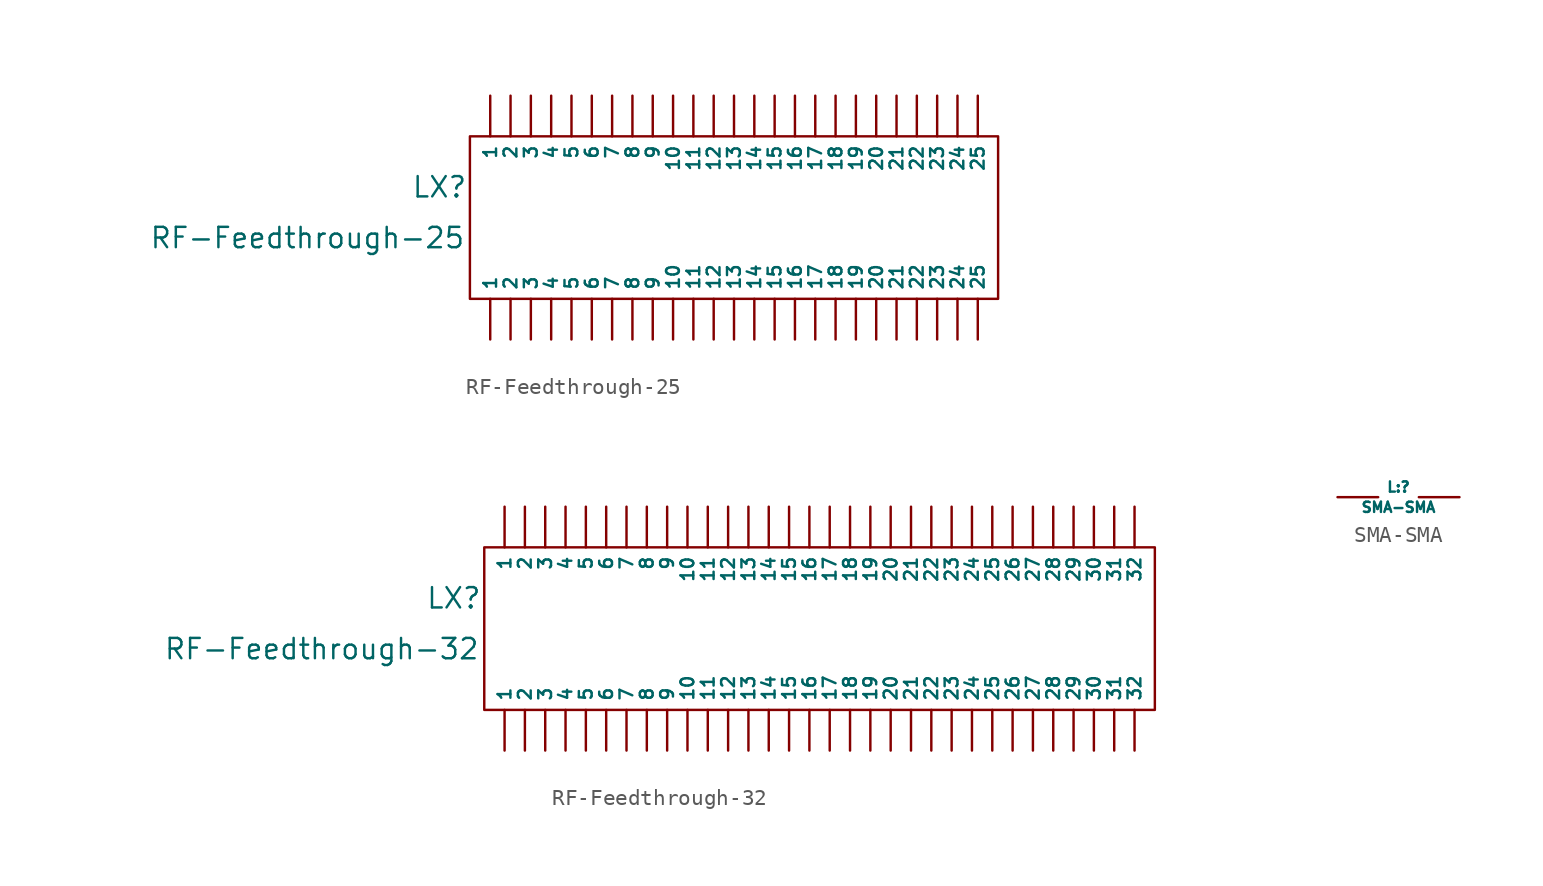
<source format=kicad_sym>
(kicad_symbol_lib
  (version 20220914)
  (generator kicad_symbol_editor)
  (symbol "RF-Feedthrough-25"
    (property "Reference" "LX"
      (at -18.415 1.905 0)
      (effects (font (size 1.27 1.27))))
    (property "Value" "RF-Feedthrough-25"
      (at -26.67 -1.27 0)
      (effects (font (size 1.27 1.27))))
    (symbol "RF-Feedthrough-25_0_1"
      (rectangle (start -16.51 5.08) (end 16.51 -5.08) (stroke (width 0) (type default)) (fill (type none))))
    (symbol "RF-Feedthrough-25_1_1"
      (pin bidirectional line (at -15.24 -7.62 90) (length 2.54) (name "1" (effects (font (size 0.8 0.8)))) (number "" (effects (font (size 1.27 1.27)))))
      (pin bidirectional line (at -15.24 7.62 270) (length 2.54) (name "1" (effects (font (size 0.8 0.8)))) (number "" (effects (font (size 1.27 1.27)))))
      (pin bidirectional line (at -3.81 -7.62 90) (length 2.54) (name "10" (effects (font (size 0.8 0.8)))) (number "" (effects (font (size 1.27 1.27)))))
      (pin bidirectional line (at -3.81 7.62 270) (length 2.54) (name "10" (effects (font (size 0.8 0.8)))) (number "" (effects (font (size 1.27 1.27)))))
      (pin bidirectional line (at -2.54 -7.62 90) (length 2.54) (name "11" (effects (font (size 0.8 0.8)))) (number "" (effects (font (size 1.27 1.27)))))
      (pin bidirectional line (at -2.54 7.62 270) (length 2.54) (name "11" (effects (font (size 0.8 0.8)))) (number "" (effects (font (size 1.27 1.27)))))
      (pin bidirectional line (at -1.27 -7.62 90) (length 2.54) (name "12" (effects (font (size 0.8 0.8)))) (number "" (effects (font (size 1.27 1.27)))))
      (pin bidirectional line (at -1.27 7.62 270) (length 2.54) (name "12" (effects (font (size 0.8 0.8)))) (number "" (effects (font (size 1.27 1.27)))))
      (pin bidirectional line (at 0 -7.62 90) (length 2.54) (name "13" (effects (font (size 0.8 0.8)))) (number "" (effects (font (size 1.27 1.27)))))
      (pin bidirectional line (at 0 7.62 270) (length 2.54) (name "13" (effects (font (size 0.8 0.8)))) (number "" (effects (font (size 1.27 1.27)))))
      (pin bidirectional line (at 1.27 -7.62 90) (length 2.54) (name "14" (effects (font (size 0.8 0.8)))) (number "" (effects (font (size 1.27 1.27)))))
      (pin bidirectional line (at 1.27 7.62 270) (length 2.54) (name "14" (effects (font (size 0.8 0.8)))) (number "" (effects (font (size 1.27 1.27)))))
      (pin bidirectional line (at 2.54 -7.62 90) (length 2.54) (name "15" (effects (font (size 0.8 0.8)))) (number "" (effects (font (size 1.27 1.27)))))
      (pin bidirectional line (at 2.54 7.62 270) (length 2.54) (name "15" (effects (font (size 0.8 0.8)))) (number "" (effects (font (size 1.27 1.27)))))
      (pin bidirectional line (at 3.81 -7.62 90) (length 2.54) (name "16" (effects (font (size 0.8 0.8)))) (number "" (effects (font (size 1.27 1.27)))))
      (pin bidirectional line (at 3.81 7.62 270) (length 2.54) (name "16" (effects (font (size 0.8 0.8)))) (number "" (effects (font (size 1.27 1.27)))))
      (pin bidirectional line (at 5.08 -7.62 90) (length 2.54) (name "17" (effects (font (size 0.8 0.8)))) (number "" (effects (font (size 1.27 1.27)))))
      (pin bidirectional line (at 5.08 7.62 270) (length 2.54) (name "17" (effects (font (size 0.8 0.8)))) (number "" (effects (font (size 1.27 1.27)))))
      (pin bidirectional line (at 6.35 -7.62 90) (length 2.54) (name "18" (effects (font (size 0.8 0.8)))) (number "" (effects (font (size 1.27 1.27)))))
      (pin bidirectional line (at 6.35 7.62 270) (length 2.54) (name "18" (effects (font (size 0.8 0.8)))) (number "" (effects (font (size 1.27 1.27)))))
      (pin bidirectional line (at 7.62 -7.62 90) (length 2.54) (name "19" (effects (font (size 0.8 0.8)))) (number "" (effects (font (size 1.27 1.27)))))
      (pin bidirectional line (at 7.62 7.62 270) (length 2.54) (name "19" (effects (font (size 0.8 0.8)))) (number "" (effects (font (size 1.27 1.27)))))
      (pin bidirectional line (at -13.97 -7.62 90) (length 2.54) (name "2" (effects (font (size 0.8 0.8)))) (number "" (effects (font (size 1.27 1.27)))))
      (pin bidirectional line (at -13.97 7.62 270) (length 2.54) (name "2" (effects (font (size 0.8 0.8)))) (number "" (effects (font (size 1.27 1.27)))))
      (pin bidirectional line (at 8.89 -7.62 90) (length 2.54) (name "20" (effects (font (size 0.8 0.8)))) (number "" (effects (font (size 1.27 1.27)))))
      (pin bidirectional line (at 8.89 7.62 270) (length 2.54) (name "20" (effects (font (size 0.8 0.8)))) (number "" (effects (font (size 1.27 1.27)))))
      (pin bidirectional line (at 10.16 -7.62 90) (length 2.54) (name "21" (effects (font (size 0.8 0.8)))) (number "" (effects (font (size 1.27 1.27)))))
      (pin bidirectional line (at 10.16 7.62 270) (length 2.54) (name "21" (effects (font (size 0.8 0.8)))) (number "" (effects (font (size 1.27 1.27)))))
      (pin bidirectional line (at 11.43 -7.62 90) (length 2.54) (name "22" (effects (font (size 0.8 0.8)))) (number "" (effects (font (size 1.27 1.27)))))
      (pin bidirectional line (at 11.43 7.62 270) (length 2.54) (name "22" (effects (font (size 0.8 0.8)))) (number "" (effects (font (size 1.27 1.27)))))
      (pin bidirectional line (at 12.7 -7.62 90) (length 2.54) (name "23" (effects (font (size 0.8 0.8)))) (number "" (effects (font (size 1.27 1.27)))))
      (pin bidirectional line (at 12.7 7.62 270) (length 2.54) (name "23" (effects (font (size 0.8 0.8)))) (number "" (effects (font (size 1.27 1.27)))))
      (pin bidirectional line (at 13.97 -7.62 90) (length 2.54) (name "24" (effects (font (size 0.8 0.8)))) (number "" (effects (font (size 1.27 1.27)))))
      (pin bidirectional line (at 13.97 7.62 270) (length 2.54) (name "24" (effects (font (size 0.8 0.8)))) (number "" (effects (font (size 1.27 1.27)))))
      (pin bidirectional line (at 15.24 -7.62 90) (length 2.54) (name "25" (effects (font (size 0.8 0.8)))) (number "" (effects (font (size 1.27 1.27)))))
      (pin bidirectional line (at 15.24 7.62 270) (length 2.54) (name "25" (effects (font (size 0.8 0.8)))) (number "" (effects (font (size 1.27 1.27)))))
      (pin bidirectional line (at -12.7 -7.62 90) (length 2.54) (name "3" (effects (font (size 0.8 0.8)))) (number "" (effects (font (size 1.27 1.27)))))
      (pin bidirectional line (at -12.7 7.62 270) (length 2.54) (name "3" (effects (font (size 0.8 0.8)))) (number "" (effects (font (size 1.27 1.27)))))
      (pin bidirectional line (at -11.43 -7.62 90) (length 2.54) (name "4" (effects (font (size 0.8 0.8)))) (number "" (effects (font (size 1.27 1.27)))))
      (pin bidirectional line (at -11.43 7.62 270) (length 2.54) (name "4" (effects (font (size 0.8 0.8)))) (number "" (effects (font (size 1.27 1.27)))))
      (pin bidirectional line (at -10.16 -7.62 90) (length 2.54) (name "5" (effects (font (size 0.8 0.8)))) (number "" (effects (font (size 1.27 1.27)))))
      (pin bidirectional line (at -10.16 7.62 270) (length 2.54) (name "5" (effects (font (size 0.8 0.8)))) (number "" (effects (font (size 1.27 1.27)))))
      (pin bidirectional line (at -8.89 -7.62 90) (length 2.54) (name "6" (effects (font (size 0.8 0.8)))) (number "" (effects (font (size 1.27 1.27)))))
      (pin bidirectional line (at -8.89 7.62 270) (length 2.54) (name "6" (effects (font (size 0.8 0.8)))) (number "" (effects (font (size 1.27 1.27)))))
      (pin bidirectional line (at -7.62 -7.62 90) (length 2.54) (name "7" (effects (font (size 0.8 0.8)))) (number "" (effects (font (size 1.27 1.27)))))
      (pin bidirectional line (at -7.62 7.62 270) (length 2.54) (name "7" (effects (font (size 0.8 0.8)))) (number "" (effects (font (size 1.27 1.27)))))
      (pin bidirectional line (at -6.35 -7.62 90) (length 2.54) (name "8" (effects (font (size 0.8 0.8)))) (number "" (effects (font (size 1.27 1.27)))))
      (pin bidirectional line (at -6.35 7.62 270) (length 2.54) (name "8" (effects (font (size 0.8 0.8)))) (number "" (effects (font (size 1.27 1.27)))))
      (pin bidirectional line (at -5.08 -7.62 90) (length 2.54) (name "9" (effects (font (size 0.8 0.8)))) (number "" (effects (font (size 1.27 1.27)))))
      (pin bidirectional line (at -5.08 7.62 270) (length 2.54) (name "9" (effects (font (size 0.8 0.8)))) (number "" (effects (font (size 1.27 1.27)))))))
  (symbol "RF-Feedthrough-32"
    (property "Reference" "LX"
      (at -22.86 1.905 0)
      (effects (font (size 1.27 1.27))))
    (property "Value" "RF-Feedthrough-32"
      (at -31.115 -1.27 0)
      (effects (font (size 1.27 1.27))))
    (symbol "RF-Feedthrough-32_0_1"
      (rectangle (start -20.955 5.08) (end 20.955 -5.08) (stroke (width 0) (type default)) (fill (type none))))
    (symbol "RF-Feedthrough-32_1_1"
      (pin bidirectional line (at -19.685 -7.62 90) (length 2.54) (name "1" (effects (font (size 0.8 0.8)))) (number "" (effects (font (size 1.27 1.27)))))
      (pin bidirectional line (at -19.685 7.62 270) (length 2.54) (name "1" (effects (font (size 0.8 0.8)))) (number "" (effects (font (size 1.27 1.27)))))
      (pin bidirectional line (at -8.255 -7.62 90) (length 2.54) (name "10" (effects (font (size 0.8 0.8)))) (number "" (effects (font (size 1.27 1.27)))))
      (pin bidirectional line (at -8.255 7.62 270) (length 2.54) (name "10" (effects (font (size 0.8 0.8)))) (number "" (effects (font (size 1.27 1.27)))))
      (pin bidirectional line (at -6.985 -7.62 90) (length 2.54) (name "11" (effects (font (size 0.8 0.8)))) (number "" (effects (font (size 1.27 1.27)))))
      (pin bidirectional line (at -6.985 7.62 270) (length 2.54) (name "11" (effects (font (size 0.8 0.8)))) (number "" (effects (font (size 1.27 1.27)))))
      (pin bidirectional line (at -5.715 -7.62 90) (length 2.54) (name "12" (effects (font (size 0.8 0.8)))) (number "" (effects (font (size 1.27 1.27)))))
      (pin bidirectional line (at -5.715 7.62 270) (length 2.54) (name "12" (effects (font (size 0.8 0.8)))) (number "" (effects (font (size 1.27 1.27)))))
      (pin bidirectional line (at -4.445 -7.62 90) (length 2.54) (name "13" (effects (font (size 0.8 0.8)))) (number "" (effects (font (size 1.27 1.27)))))
      (pin bidirectional line (at -4.445 7.62 270) (length 2.54) (name "13" (effects (font (size 0.8 0.8)))) (number "" (effects (font (size 1.27 1.27)))))
      (pin bidirectional line (at -3.175 -7.62 90) (length 2.54) (name "14" (effects (font (size 0.8 0.8)))) (number "" (effects (font (size 1.27 1.27)))))
      (pin bidirectional line (at -3.175 7.62 270) (length 2.54) (name "14" (effects (font (size 0.8 0.8)))) (number "" (effects (font (size 1.27 1.27)))))
      (pin bidirectional line (at -1.905 -7.62 90) (length 2.54) (name "15" (effects (font (size 0.8 0.8)))) (number "" (effects (font (size 1.27 1.27)))))
      (pin bidirectional line (at -1.905 7.62 270) (length 2.54) (name "15" (effects (font (size 0.8 0.8)))) (number "" (effects (font (size 1.27 1.27)))))
      (pin bidirectional line (at -0.635 -7.62 90) (length 2.54) (name "16" (effects (font (size 0.8 0.8)))) (number "" (effects (font (size 1.27 1.27)))))
      (pin bidirectional line (at -0.635 7.62 270) (length 2.54) (name "16" (effects (font (size 0.8 0.8)))) (number "" (effects (font (size 1.27 1.27)))))
      (pin bidirectional line (at 0.635 -7.62 90) (length 2.54) (name "17" (effects (font (size 0.8 0.8)))) (number "" (effects (font (size 1.27 1.27)))))
      (pin bidirectional line (at 0.635 7.62 270) (length 2.54) (name "17" (effects (font (size 0.8 0.8)))) (number "" (effects (font (size 1.27 1.27)))))
      (pin bidirectional line (at 1.905 -7.62 90) (length 2.54) (name "18" (effects (font (size 0.8 0.8)))) (number "" (effects (font (size 1.27 1.27)))))
      (pin bidirectional line (at 1.905 7.62 270) (length 2.54) (name "18" (effects (font (size 0.8 0.8)))) (number "" (effects (font (size 1.27 1.27)))))
      (pin bidirectional line (at 3.175 -7.62 90) (length 2.54) (name "19" (effects (font (size 0.8 0.8)))) (number "" (effects (font (size 1.27 1.27)))))
      (pin bidirectional line (at 3.175 7.62 270) (length 2.54) (name "19" (effects (font (size 0.8 0.8)))) (number "" (effects (font (size 1.27 1.27)))))
      (pin bidirectional line (at -18.415 -7.62 90) (length 2.54) (name "2" (effects (font (size 0.8 0.8)))) (number "" (effects (font (size 1.27 1.27)))))
      (pin bidirectional line (at -18.415 7.62 270) (length 2.54) (name "2" (effects (font (size 0.8 0.8)))) (number "" (effects (font (size 1.27 1.27)))))
      (pin bidirectional line (at 4.445 -7.62 90) (length 2.54) (name "20" (effects (font (size 0.8 0.8)))) (number "" (effects (font (size 1.27 1.27)))))
      (pin bidirectional line (at 4.445 7.62 270) (length 2.54) (name "20" (effects (font (size 0.8 0.8)))) (number "" (effects (font (size 1.27 1.27)))))
      (pin bidirectional line (at 5.715 -7.62 90) (length 2.54) (name "21" (effects (font (size 0.8 0.8)))) (number "" (effects (font (size 1.27 1.27)))))
      (pin bidirectional line (at 5.715 7.62 270) (length 2.54) (name "21" (effects (font (size 0.8 0.8)))) (number "" (effects (font (size 1.27 1.27)))))
      (pin bidirectional line (at 6.985 -7.62 90) (length 2.54) (name "22" (effects (font (size 0.8 0.8)))) (number "" (effects (font (size 1.27 1.27)))))
      (pin bidirectional line (at 6.985 7.62 270) (length 2.54) (name "22" (effects (font (size 0.8 0.8)))) (number "" (effects (font (size 1.27 1.27)))))
      (pin bidirectional line (at 8.255 -7.62 90) (length 2.54) (name "23" (effects (font (size 0.8 0.8)))) (number "" (effects (font (size 1.27 1.27)))))
      (pin bidirectional line (at 8.255 7.62 270) (length 2.54) (name "23" (effects (font (size 0.8 0.8)))) (number "" (effects (font (size 1.27 1.27)))))
      (pin bidirectional line (at 9.525 -7.62 90) (length 2.54) (name "24" (effects (font (size 0.8 0.8)))) (number "" (effects (font (size 1.27 1.27)))))
      (pin bidirectional line (at 9.525 7.62 270) (length 2.54) (name "24" (effects (font (size 0.8 0.8)))) (number "" (effects (font (size 1.27 1.27)))))
      (pin bidirectional line (at 10.795 -7.62 90) (length 2.54) (name "25" (effects (font (size 0.8 0.8)))) (number "" (effects (font (size 1.27 1.27)))))
      (pin bidirectional line (at 10.795 7.62 270) (length 2.54) (name "25" (effects (font (size 0.8 0.8)))) (number "" (effects (font (size 1.27 1.27)))))
      (pin bidirectional line (at 12.065 -7.62 90) (length 2.54) (name "26" (effects (font (size 0.8 0.8)))) (number "" (effects (font (size 1.27 1.27)))))
      (pin bidirectional line (at 12.065 7.62 270) (length 2.54) (name "26" (effects (font (size 0.8 0.8)))) (number "" (effects (font (size 1.27 1.27)))))
      (pin bidirectional line (at 13.335 -7.62 90) (length 2.54) (name "27" (effects (font (size 0.8 0.8)))) (number "" (effects (font (size 1.27 1.27)))))
      (pin bidirectional line (at 13.335 7.62 270) (length 2.54) (name "27" (effects (font (size 0.8 0.8)))) (number "" (effects (font (size 1.27 1.27)))))
      (pin bidirectional line (at 14.605 -7.62 90) (length 2.54) (name "28" (effects (font (size 0.8 0.8)))) (number "" (effects (font (size 1.27 1.27)))))
      (pin bidirectional line (at 14.605 7.62 270) (length 2.54) (name "28" (effects (font (size 0.8 0.8)))) (number "" (effects (font (size 1.27 1.27)))))
      (pin bidirectional line (at 15.875 -7.62 90) (length 2.54) (name "29" (effects (font (size 0.8 0.8)))) (number "" (effects (font (size 1.27 1.27)))))
      (pin bidirectional line (at 15.875 7.62 270) (length 2.54) (name "29" (effects (font (size 0.8 0.8)))) (number "" (effects (font (size 1.27 1.27)))))
      (pin bidirectional line (at -17.145 -7.62 90) (length 2.54) (name "3" (effects (font (size 0.8 0.8)))) (number "" (effects (font (size 1.27 1.27)))))
      (pin bidirectional line (at -17.145 7.62 270) (length 2.54) (name "3" (effects (font (size 0.8 0.8)))) (number "" (effects (font (size 1.27 1.27)))))
      (pin bidirectional line (at 17.145 -7.62 90) (length 2.54) (name "30" (effects (font (size 0.8 0.8)))) (number "" (effects (font (size 1.27 1.27)))))
      (pin bidirectional line (at 17.145 7.62 270) (length 2.54) (name "30" (effects (font (size 0.8 0.8)))) (number "" (effects (font (size 1.27 1.27)))))
      (pin bidirectional line (at 18.415 -7.62 90) (length 2.54) (name "31" (effects (font (size 0.8 0.8)))) (number "" (effects (font (size 1.27 1.27)))))
      (pin bidirectional line (at 18.415 7.62 270) (length 2.54) (name "31" (effects (font (size 0.8 0.8)))) (number "" (effects (font (size 1.27 1.27)))))
      (pin bidirectional line (at 19.685 -7.62 90) (length 2.54) (name "32" (effects (font (size 0.8 0.8)))) (number "" (effects (font (size 1.27 1.27)))))
      (pin bidirectional line (at 19.685 7.62 270) (length 2.54) (name "32" (effects (font (size 0.8 0.8)))) (number "" (effects (font (size 1.27 1.27)))))
      (pin bidirectional line (at -15.875 -7.62 90) (length 2.54) (name "4" (effects (font (size 0.8 0.8)))) (number "" (effects (font (size 1.27 1.27)))))
      (pin bidirectional line (at -15.875 7.62 270) (length 2.54) (name "4" (effects (font (size 0.8 0.8)))) (number "" (effects (font (size 1.27 1.27)))))
      (pin bidirectional line (at -14.605 -7.62 90) (length 2.54) (name "5" (effects (font (size 0.8 0.8)))) (number "" (effects (font (size 1.27 1.27)))))
      (pin bidirectional line (at -14.605 7.62 270) (length 2.54) (name "5" (effects (font (size 0.8 0.8)))) (number "" (effects (font (size 1.27 1.27)))))
      (pin bidirectional line (at -13.335 -7.62 90) (length 2.54) (name "6" (effects (font (size 0.8 0.8)))) (number "" (effects (font (size 1.27 1.27)))))
      (pin bidirectional line (at -13.335 7.62 270) (length 2.54) (name "6" (effects (font (size 0.8 0.8)))) (number "" (effects (font (size 1.27 1.27)))))
      (pin bidirectional line (at -12.065 -7.62 90) (length 2.54) (name "7" (effects (font (size 0.8 0.8)))) (number "" (effects (font (size 1.27 1.27)))))
      (pin bidirectional line (at -12.065 7.62 270) (length 2.54) (name "7" (effects (font (size 0.8 0.8)))) (number "" (effects (font (size 1.27 1.27)))))
      (pin bidirectional line (at -10.795 -7.62 90) (length 2.54) (name "8" (effects (font (size 0.8 0.8)))) (number "" (effects (font (size 1.27 1.27)))))
      (pin bidirectional line (at -10.795 7.62 270) (length 2.54) (name "8" (effects (font (size 0.8 0.8)))) (number "" (effects (font (size 1.27 1.27)))))
      (pin bidirectional line (at -9.525 -7.62 90) (length 2.54) (name "9" (effects (font (size 0.8 0.8)))) (number "" (effects (font (size 1.27 1.27)))))
      (pin bidirectional line (at -9.525 7.62 270) (length 2.54) (name "9" (effects (font (size 0.8 0.8)))) (number "" (effects (font (size 1.27 1.27)))))))
  (symbol "SMA-SMA"
    (property "Reference" "L:"
      (at 0 0.635 0)
      (effects (font (size 0.64 0.64))))
    (property "Value" "SMA-SMA"
      (at 0 -0.635 0)
      (effects (font (size 0.64 0.64))))
    (symbol "SMA-SMA_1_1"
      (pin bidirectional line (at -3.81 0 0) (length 2.54) (name "" (effects (font (size 0.5 0.5)))) (number "" (effects (font (size 1.27 1.27)))))
      (pin bidirectional line (at 3.81 0 180) (length 2.54) (name "" (effects (font (size 0.5 0.5)))) (number "" (effects (font (size 1.27 1.27))))))))
</source>
